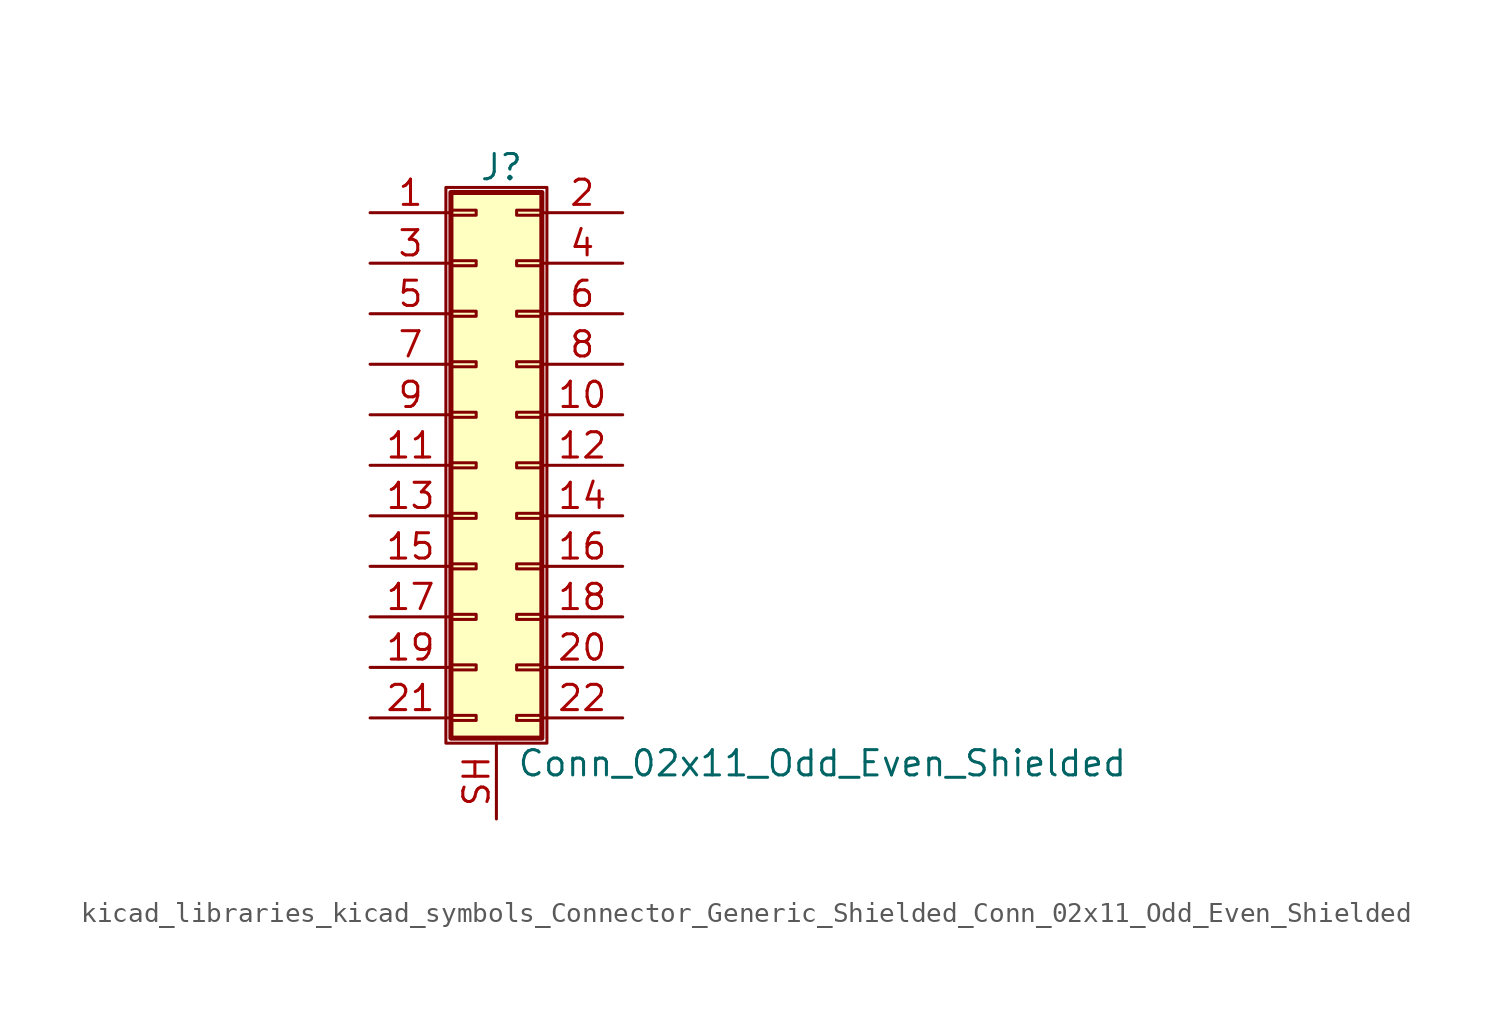
<source format=kicad_sym>
(kicad_symbol_lib
  (version 20220914)
  (generator kicad_symbol_editor)
  (symbol "kicad_libraries_kicad_symbols_Connector_Generic_Shielded_Conn_02x11_Odd_Even_Shielded"
    (pin_names
      (offset 1.016) hide)
    (property "Reference" "J"
      (at 1.524 14.986 0)
      (effects (font (size 1.27 1.27))))
    (property "Value" "Conn_02x11_Odd_Even_Shielded"
      (at 2.286 -14.986 0)
      (effects (font (size 1.27 1.27)) (justify left)))
    (symbol "kicad_libraries_kicad_symbols_Connector_Generic_Shielded_Conn_02x11_Odd_Even_Shielded_1_1"
      (rectangle (start -1.27 13.97) (end 3.81 -13.97) (stroke (width 0.152) (type default)) (fill (type none)))
      (rectangle (start -1.016 -12.573) (end 0.254 -12.827) (stroke (width 0.152) (type default)) (fill (type none)))
      (rectangle (start -1.016 -10.033) (end 0.254 -10.287) (stroke (width 0.152) (type default)) (fill (type none)))
      (rectangle (start -1.016 -7.493) (end 0.254 -7.747) (stroke (width 0.152) (type default)) (fill (type none)))
      (rectangle (start -1.016 -4.953) (end 0.254 -5.207) (stroke (width 0.152) (type default)) (fill (type none)))
      (rectangle (start -1.016 -2.413) (end 0.254 -2.667) (stroke (width 0.152) (type default)) (fill (type none)))
      (rectangle (start -1.016 0.127) (end 0.254 -0.127) (stroke (width 0.152) (type default)) (fill (type none)))
      (rectangle (start -1.016 2.667) (end 0.254 2.413) (stroke (width 0.152) (type default)) (fill (type none)))
      (rectangle (start -1.016 5.207) (end 0.254 4.953) (stroke (width 0.152) (type default)) (fill (type none)))
      (rectangle (start -1.016 7.747) (end 0.254 7.493) (stroke (width 0.152) (type default)) (fill (type none)))
      (rectangle (start -1.016 10.287) (end 0.254 10.033) (stroke (width 0.152) (type default)) (fill (type none)))
      (rectangle (start -1.016 12.827) (end 0.254 12.573) (stroke (width 0.152) (type default)) (fill (type none)))
      (rectangle (start -1.016 13.716) (end 3.556 -13.716) (stroke (width 0.254) (type default)) (fill (type background)))
      (rectangle (start 3.556 -12.573) (end 2.286 -12.827) (stroke (width 0.152) (type default)) (fill (type none)))
      (rectangle (start 3.556 -10.033) (end 2.286 -10.287) (stroke (width 0.152) (type default)) (fill (type none)))
      (rectangle (start 3.556 -7.493) (end 2.286 -7.747) (stroke (width 0.152) (type default)) (fill (type none)))
      (rectangle (start 3.556 -4.953) (end 2.286 -5.207) (stroke (width 0.152) (type default)) (fill (type none)))
      (rectangle (start 3.556 -2.413) (end 2.286 -2.667) (stroke (width 0.152) (type default)) (fill (type none)))
      (rectangle (start 3.556 0.127) (end 2.286 -0.127) (stroke (width 0.152) (type default)) (fill (type none)))
      (rectangle (start 3.556 2.667) (end 2.286 2.413) (stroke (width 0.152) (type default)) (fill (type none)))
      (rectangle (start 3.556 5.207) (end 2.286 4.953) (stroke (width 0.152) (type default)) (fill (type none)))
      (rectangle (start 3.556 7.747) (end 2.286 7.493) (stroke (width 0.152) (type default)) (fill (type none)))
      (rectangle (start 3.556 10.287) (end 2.286 10.033) (stroke (width 0.152) (type default)) (fill (type none)))
      (rectangle (start 3.556 12.827) (end 2.286 12.573) (stroke (width 0.152) (type default)) (fill (type none)))
      (pin passive line (at -5.08 12.7 0) (length 4.064) (name "Pin_1" (effects (font (size 1.27 1.27)))) (number "1" (effects (font (size 1.27 1.27)))))
      (pin passive line (at 7.62 2.54 180) (length 4.064) (name "Pin_10" (effects (font (size 1.27 1.27)))) (number "10" (effects (font (size 1.27 1.27)))))
      (pin passive line (at -5.08 0 0) (length 4.064) (name "Pin_11" (effects (font (size 1.27 1.27)))) (number "11" (effects (font (size 1.27 1.27)))))
      (pin passive line (at 7.62 0 180) (length 4.064) (name "Pin_12" (effects (font (size 1.27 1.27)))) (number "12" (effects (font (size 1.27 1.27)))))
      (pin passive line (at -5.08 -2.54 0) (length 4.064) (name "Pin_13" (effects (font (size 1.27 1.27)))) (number "13" (effects (font (size 1.27 1.27)))))
      (pin passive line (at 7.62 -2.54 180) (length 4.064) (name "Pin_14" (effects (font (size 1.27 1.27)))) (number "14" (effects (font (size 1.27 1.27)))))
      (pin passive line (at -5.08 -5.08 0) (length 4.064) (name "Pin_15" (effects (font (size 1.27 1.27)))) (number "15" (effects (font (size 1.27 1.27)))))
      (pin passive line (at 7.62 -5.08 180) (length 4.064) (name "Pin_16" (effects (font (size 1.27 1.27)))) (number "16" (effects (font (size 1.27 1.27)))))
      (pin passive line (at -5.08 -7.62 0) (length 4.064) (name "Pin_17" (effects (font (size 1.27 1.27)))) (number "17" (effects (font (size 1.27 1.27)))))
      (pin passive line (at 7.62 -7.62 180) (length 4.064) (name "Pin_18" (effects (font (size 1.27 1.27)))) (number "18" (effects (font (size 1.27 1.27)))))
      (pin passive line (at -5.08 -10.16 0) (length 4.064) (name "Pin_19" (effects (font (size 1.27 1.27)))) (number "19" (effects (font (size 1.27 1.27)))))
      (pin passive line (at 7.62 12.7 180) (length 4.064) (name "Pin_2" (effects (font (size 1.27 1.27)))) (number "2" (effects (font (size 1.27 1.27)))))
      (pin passive line (at 7.62 -10.16 180) (length 4.064) (name "Pin_20" (effects (font (size 1.27 1.27)))) (number "20" (effects (font (size 1.27 1.27)))))
      (pin passive line (at -5.08 -12.7 0) (length 4.064) (name "Pin_21" (effects (font (size 1.27 1.27)))) (number "21" (effects (font (size 1.27 1.27)))))
      (pin passive line (at 7.62 -12.7 180) (length 4.064) (name "Pin_22" (effects (font (size 1.27 1.27)))) (number "22" (effects (font (size 1.27 1.27)))))
      (pin passive line (at -5.08 10.16 0) (length 4.064) (name "Pin_3" (effects (font (size 1.27 1.27)))) (number "3" (effects (font (size 1.27 1.27)))))
      (pin passive line (at 7.62 10.16 180) (length 4.064) (name "Pin_4" (effects (font (size 1.27 1.27)))) (number "4" (effects (font (size 1.27 1.27)))))
      (pin passive line (at -5.08 7.62 0) (length 4.064) (name "Pin_5" (effects (font (size 1.27 1.27)))) (number "5" (effects (font (size 1.27 1.27)))))
      (pin passive line (at 7.62 7.62 180) (length 4.064) (name "Pin_6" (effects (font (size 1.27 1.27)))) (number "6" (effects (font (size 1.27 1.27)))))
      (pin passive line (at -5.08 5.08 0) (length 4.064) (name "Pin_7" (effects (font (size 1.27 1.27)))) (number "7" (effects (font (size 1.27 1.27)))))
      (pin passive line (at 7.62 5.08 180) (length 4.064) (name "Pin_8" (effects (font (size 1.27 1.27)))) (number "8" (effects (font (size 1.27 1.27)))))
      (pin passive line (at -5.08 2.54 0) (length 4.064) (name "Pin_9" (effects (font (size 1.27 1.27)))) (number "9" (effects (font (size 1.27 1.27)))))
      (pin passive line (at 1.27 -17.78 90) (length 3.81) (name "Shield" (effects (font (size 1.27 1.27)))) (number "SH" (effects (font (size 1.27 1.27))))))))
</source>
